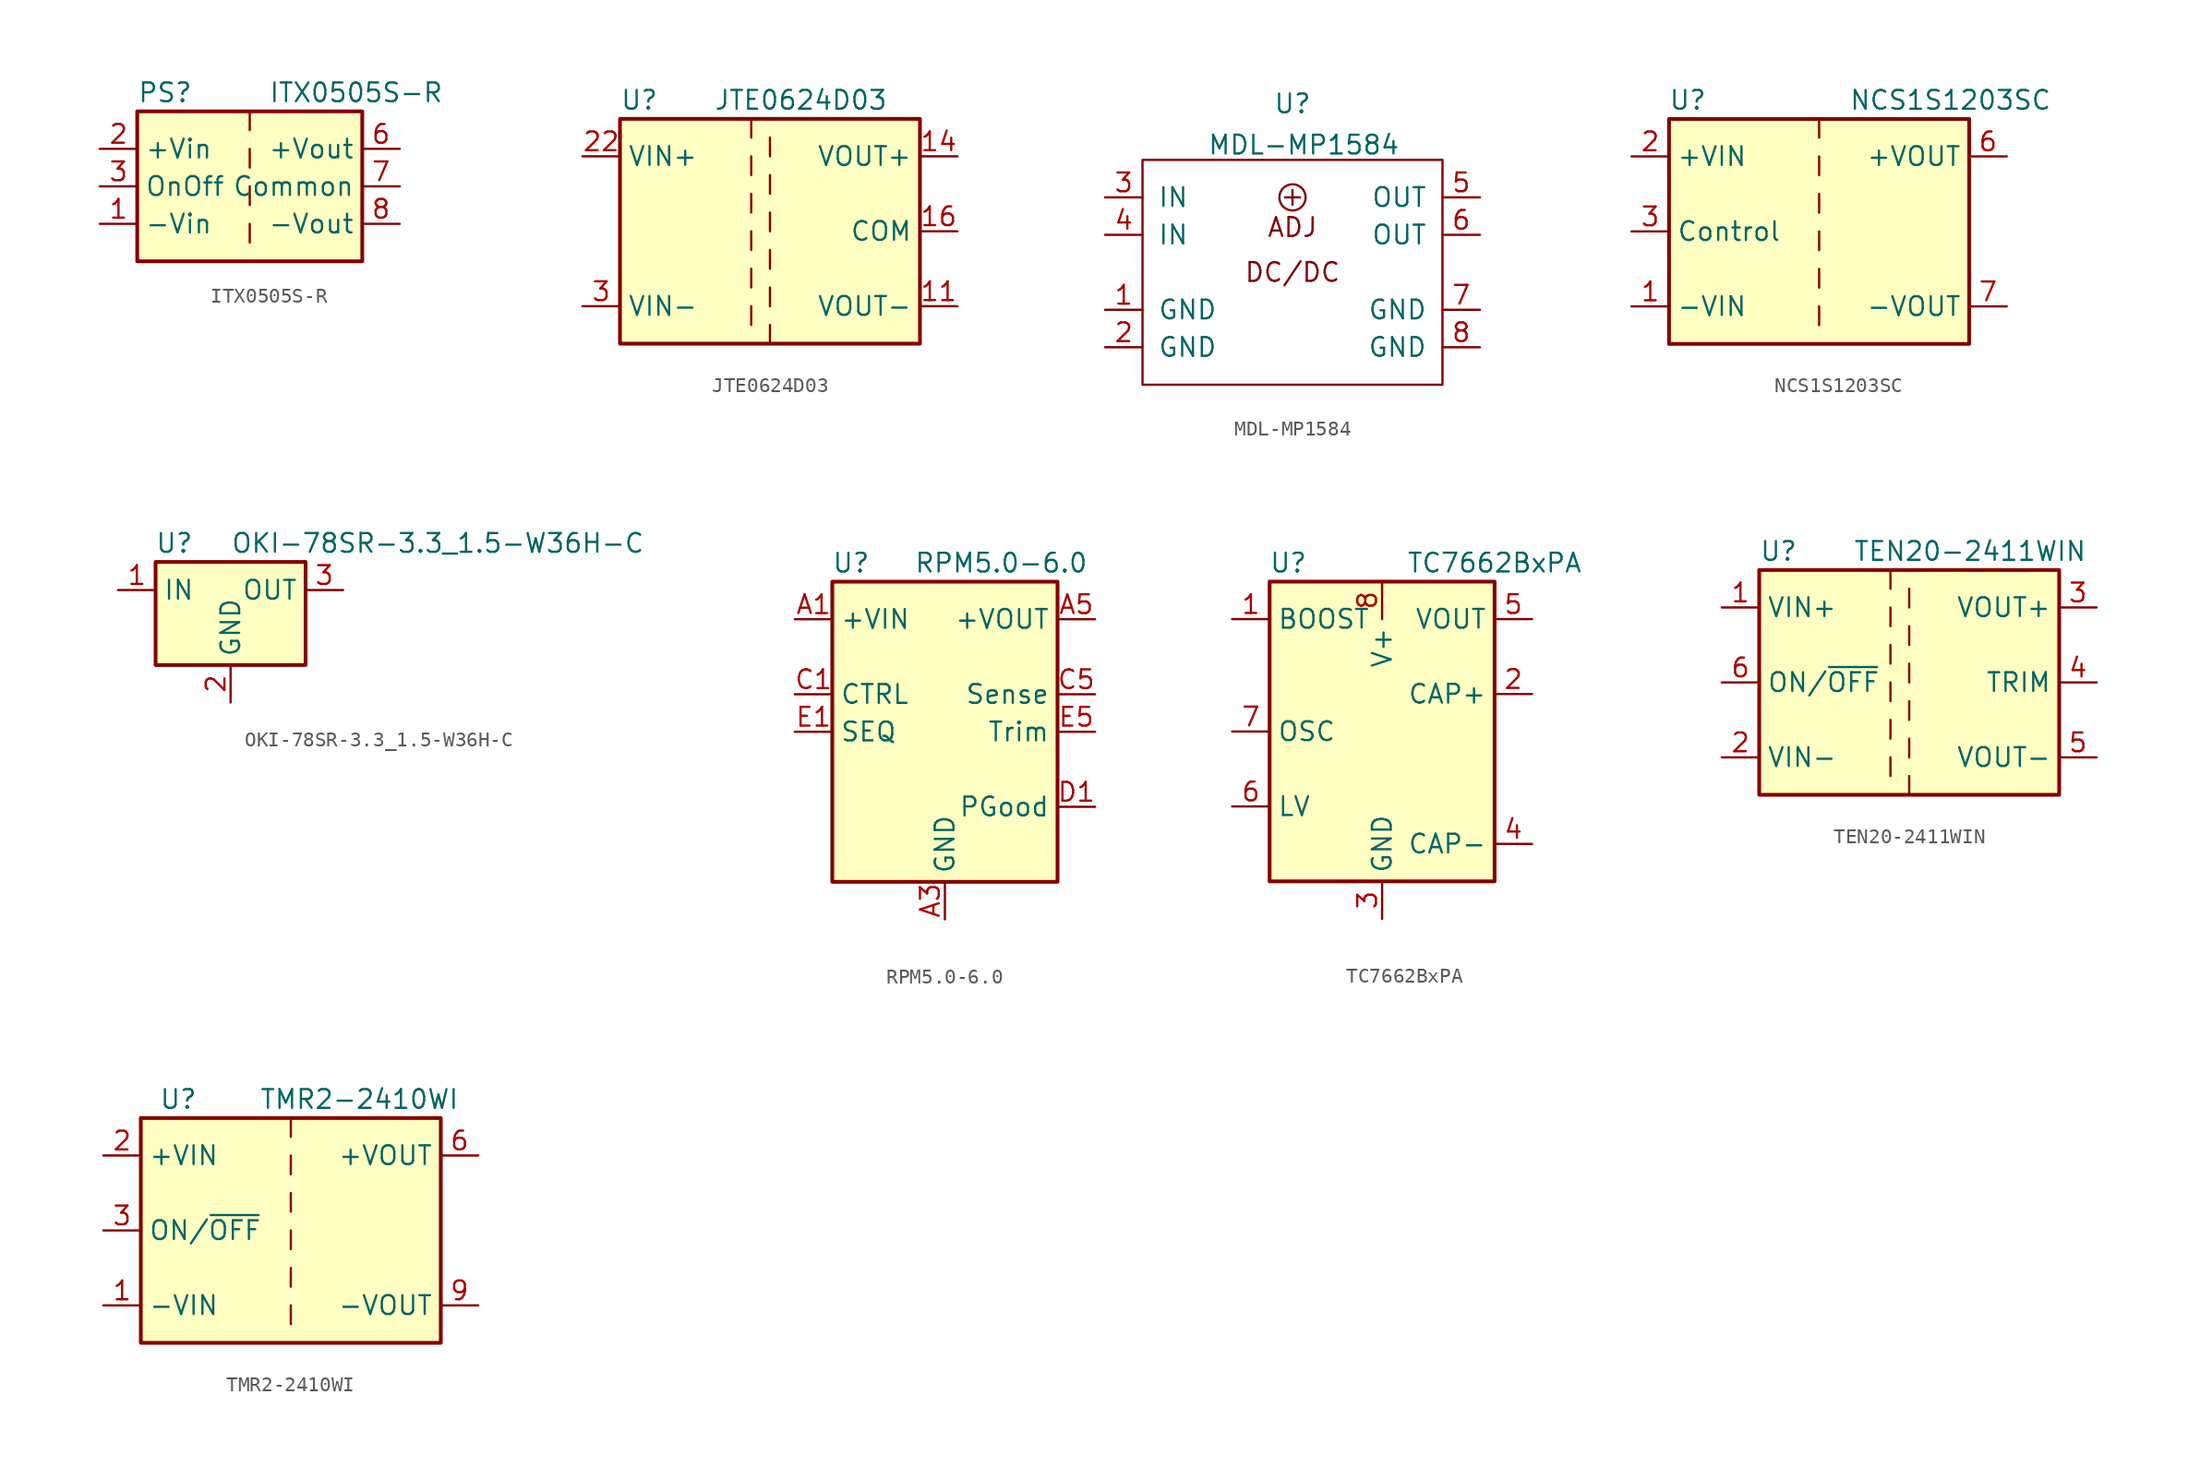
<source format=kicad_sym>
(kicad_symbol_lib
  (version 20201005)
  (generator kicad_symbol_editor)
  (symbol "ITX0505S-R"
    (property "Reference" "PS"
      (at -7.62 6.35 0)
      (effects (font (size 1.27 1.27)) (justify left)))
    (property "Value" "ITX0505S-R"
      (at 1.27 6.35 0)
      (effects (font (size 1.27 1.27)) (justify left)))
    (symbol "ITX0505S-R_0_0"
      (pin power_in line (at -10.16 -2.54 0) (length 2.54) (name "-Vin" (effects (font (size 1.27 1.27)))) (number "1" (effects (font (size 1.27 1.27)))))
      (pin power_in line (at -10.16 2.54 0) (length 2.54) (name "+Vin" (effects (font (size 1.27 1.27)))) (number "2" (effects (font (size 1.27 1.27)))))
      (pin input line (at -10.16 0 0) (length 2.54) (name "OnOff" (effects (font (size 1.27 1.27)))) (number "3" (effects (font (size 1.27 1.27)))))
      (pin no_connect line (at 0 5.08 270) (length 2.54) hide (name "NC" (effects (font (size 1.27 1.27)))) (number "5" (effects (font (size 1.27 1.27)))))
      (pin power_out line (at 10.16 2.54 180) (length 2.54) (name "+Vout" (effects (font (size 1.27 1.27)))) (number "6" (effects (font (size 1.27 1.27)))))
      (pin power_out line (at 10.16 0 180) (length 2.54) (name "Common" (effects (font (size 1.27 1.27)))) (number "7" (effects (font (size 1.27 1.27)))))
      (pin power_out line (at 10.16 -2.54 180) (length 2.54) (name "-Vout" (effects (font (size 1.27 1.27)))) (number "8" (effects (font (size 1.27 1.27))))))
    (symbol "ITX0505S-R_0_1"
      (rectangle (start -7.62 5.08) (end 7.62 -5.08) (stroke (width 0.254)) (fill (type background)))
      (polyline (pts (xy 0 -2.54) (xy 0 -3.81)) (stroke (width 0)) (fill (type none)))
      (polyline (pts (xy 0 0) (xy 0 -1.27)) (stroke (width 0)) (fill (type none)))
      (polyline (pts (xy 0 2.54) (xy 0 1.27)) (stroke (width 0)) (fill (type none)))
      (polyline (pts (xy 0 5.08) (xy 0 3.81)) (stroke (width 0)) (fill (type none)))))
  (symbol "JTE0624D03"
    (property "Reference" "U"
      (at -10.16 8.89 0)
      (effects (font (size 1.27 1.27)) (justify left)))
    (property "Value" "JTE0624D03"
      (at -3.81 8.89 0)
      (effects (font (size 1.27 1.27)) (justify left)))
    (symbol "JTE0624D03_0_1"
      (rectangle (start -10.16 7.62) (end 10.16 -7.62) (stroke (width 0.254)) (fill (type background)))
      (polyline (pts (xy -1.27 -5.08) (xy -1.27 -6.35)) (stroke (width 0)) (fill (type none)))
      (polyline (pts (xy -1.27 -2.54) (xy -1.27 -3.81)) (stroke (width 0)) (fill (type none)))
      (polyline (pts (xy -1.27 0) (xy -1.27 -1.27)) (stroke (width 0)) (fill (type none)))
      (polyline (pts (xy -1.27 2.54) (xy -1.27 1.27)) (stroke (width 0)) (fill (type none)))
      (polyline (pts (xy -1.27 5.08) (xy -1.27 3.81)) (stroke (width 0)) (fill (type none)))
      (polyline (pts (xy -1.27 7.62) (xy -1.27 6.35)) (stroke (width 0)) (fill (type none)))
      (polyline (pts (xy 0 -7.62) (xy 0 -6.35)) (stroke (width 0)) (fill (type none)))
      (polyline (pts (xy 0 -5.08) (xy 0 -3.81)) (stroke (width 0)) (fill (type none)))
      (polyline (pts (xy 0 -1.27) (xy 0 -2.54)) (stroke (width 0)) (fill (type none)))
      (polyline (pts (xy 0 0) (xy 0 1.27)) (stroke (width 0)) (fill (type none)))
      (polyline (pts (xy 0 2.54) (xy 0 3.81)) (stroke (width 0)) (fill (type none)))
      (polyline (pts (xy 0 5.08) (xy 0 6.35)) (stroke (width 0)) (fill (type none))))
    (symbol "JTE0624D03_1_1"
      (pin power_out line (at 12.7 -5.08 180) (length 2.54) (name "VOUT-" (effects (font (size 1.27 1.27)))) (number "11" (effects (font (size 1.27 1.27)))))
      (pin power_out line (at 12.7 5.08 180) (length 2.54) (name "VOUT+" (effects (font (size 1.27 1.27)))) (number "14" (effects (font (size 1.27 1.27)))))
      (pin power_out line (at 12.7 0 180) (length 2.54) (name "COM" (effects (font (size 1.27 1.27)))) (number "16" (effects (font (size 1.27 1.27)))))
      (pin passive line (at -12.7 -5.08 0) (length 2.54) hide (name "VIN-" (effects (font (size 1.27 1.27)))) (number "2" (effects (font (size 1.27 1.27)))))
      (pin power_in line (at -12.7 5.08 0) (length 2.54) (name "VIN+" (effects (font (size 1.27 1.27)))) (number "22" (effects (font (size 1.27 1.27)))))
      (pin passive line (at -12.7 5.08 0) (length 2.54) hide (name "VIN+" (effects (font (size 1.27 1.27)))) (number "23" (effects (font (size 1.27 1.27)))))
      (pin power_in line (at -12.7 -5.08 0) (length 2.54) (name "VIN-" (effects (font (size 1.27 1.27)))) (number "3" (effects (font (size 1.27 1.27)))))
      (pin passive line (at 12.7 0 180) (length 2.54) hide (name "COM" (effects (font (size 1.27 1.27)))) (number "9" (effects (font (size 1.27 1.27)))))))
  (symbol "MDL-MP1584"
    (pin_names
      (offset 1.016))
    (property "Reference" "U"
      (at 0 11.43 0)
      (effects (font (size 1.27 1.27))))
    (property "Value" "MDL-MP1584"
      (at 0.762 8.636 0)
      (effects (font (size 1.27 1.27))))
    (symbol "MDL-MP1584_0_0"
      (circle (center 0 5.08) (radius 0.889) (stroke (width 0)) (fill (type none)))
      (text "ADJ" (at 0 3.048 0) (effects (font (size 1.27 1.27))))
      (text "DC/DC" (at 0 0 0) (effects (font (size 1.27 1.27))))
      (polyline (pts (xy -0.508 5.08) (xy 0.508 5.08)) (stroke (width 0)) (fill (type none)))
      (polyline (pts (xy 0 5.588) (xy 0 4.572)) (stroke (width 0)) (fill (type none))))
    (symbol "MDL-MP1584_0_1"
      (rectangle (start -10.16 7.62) (end 10.16 -7.62) (stroke (width 0)) (fill (type none))))
    (symbol "MDL-MP1584_1_1"
      (pin input line (at -12.7 -2.54 0) (length 2.54) (name "GND" (effects (font (size 1.27 1.27)))) (number "1" (effects (font (size 1.27 1.27)))))
      (pin input line (at -12.7 -5.08 0) (length 2.54) (name "GND" (effects (font (size 1.27 1.27)))) (number "2" (effects (font (size 1.27 1.27)))))
      (pin input line (at -12.7 5.08 0) (length 2.54) (name "IN" (effects (font (size 1.27 1.27)))) (number "3" (effects (font (size 1.27 1.27)))))
      (pin input line (at -12.7 2.54 0) (length 2.54) (name "IN" (effects (font (size 1.27 1.27)))) (number "4" (effects (font (size 1.27 1.27)))))
      (pin input line (at 12.7 5.08 180) (length 2.54) (name "OUT" (effects (font (size 1.27 1.27)))) (number "5" (effects (font (size 1.27 1.27)))))
      (pin input line (at 12.7 2.54 180) (length 2.54) (name "OUT" (effects (font (size 1.27 1.27)))) (number "6" (effects (font (size 1.27 1.27)))))
      (pin input line (at 12.7 -2.54 180) (length 2.54) (name "GND" (effects (font (size 1.27 1.27)))) (number "7" (effects (font (size 1.27 1.27)))))
      (pin input line (at 12.7 -5.08 180) (length 2.54) (name "GND" (effects (font (size 1.27 1.27)))) (number "8" (effects (font (size 1.27 1.27)))))))
  (symbol "NCS1S1203SC"
    (property "Reference" "U"
      (at -8.89 8.89 0)
      (effects (font (size 1.27 1.27))))
    (property "Value" "NCS1S1203SC"
      (at 8.89 8.89 0)
      (effects (font (size 1.27 1.27))))
    (symbol "NCS1S1203SC_0_1"
      (rectangle (start -10.16 7.62) (end 10.16 -7.62) (stroke (width 0.254)) (fill (type background)))
      (polyline (pts (xy 0 -5.08) (xy 0 -6.35)) (stroke (width 0)) (fill (type none)))
      (polyline (pts (xy 0 -2.54) (xy 0 -3.81)) (stroke (width 0)) (fill (type none)))
      (polyline (pts (xy 0 0) (xy 0 -1.27)) (stroke (width 0)) (fill (type none)))
      (polyline (pts (xy 0 2.54) (xy 0 1.27)) (stroke (width 0)) (fill (type none)))
      (polyline (pts (xy 0 5.08) (xy 0 3.81)) (stroke (width 0)) (fill (type none)))
      (polyline (pts (xy 0 7.62) (xy 0 6.35)) (stroke (width 0)) (fill (type none))))
    (symbol "NCS1S1203SC_1_1"
      (pin power_in line (at -12.7 -5.08 0) (length 2.54) (name "-VIN" (effects (font (size 1.27 1.27)))) (number "1" (effects (font (size 1.27 1.27)))))
      (pin power_in line (at -12.7 5.08 0) (length 2.54) (name "+VIN" (effects (font (size 1.27 1.27)))) (number "2" (effects (font (size 1.27 1.27)))))
      (pin input line (at -12.7 0 0) (length 2.54) (name "Control" (effects (font (size 1.27 1.27)))) (number "3" (effects (font (size 1.27 1.27)))))
      (pin power_out line (at 12.7 5.08 180) (length 2.54) (name "+VOUT" (effects (font (size 1.27 1.27)))) (number "6" (effects (font (size 1.27 1.27)))))
      (pin power_out line (at 12.7 -5.08 180) (length 2.54) (name "-VOUT" (effects (font (size 1.27 1.27)))) (number "7" (effects (font (size 1.27 1.27)))))))
  (symbol "OKI-78SR-3.3_1.5-W36H-C"
    (property "Reference" "U"
      (at -3.81 3.175 0)
      (effects (font (size 1.27 1.27))))
    (property "Value" "OKI-78SR-3.3_1.5-W36H-C"
      (at 0 3.175 0)
      (effects (font (size 1.27 1.27)) (justify left)))
    (symbol "OKI-78SR-3.3_1.5-W36H-C_0_1"
      (rectangle (start -5.08 1.905) (end 5.08 -5.08) (stroke (width 0.254)) (fill (type background))))
    (symbol "OKI-78SR-3.3_1.5-W36H-C_1_1"
      (pin power_in line (at -7.62 0 0) (length 2.54) (name "IN" (effects (font (size 1.27 1.27)))) (number "1" (effects (font (size 1.27 1.27)))))
      (pin power_in line (at 0 -7.62 90) (length 2.54) (name "GND" (effects (font (size 1.27 1.27)))) (number "2" (effects (font (size 1.27 1.27)))))
      (pin power_out line (at 7.62 0 180) (length 2.54) (name "OUT" (effects (font (size 1.27 1.27)))) (number "3" (effects (font (size 1.27 1.27)))))))
  (symbol "RPM5.0-6.0"
    (property "Reference" "U"
      (at -6.35 11.43 0)
      (effects (font (size 1.27 1.27))))
    (property "Value" "RPM5.0-6.0"
      (at 3.81 11.43 0)
      (effects (font (size 1.27 1.27))))
    (symbol "RPM5.0-6.0_0_1"
      (rectangle (start -7.62 10.16) (end 7.62 -10.16) (stroke (width 0.254)) (fill (type background))))
    (symbol "RPM5.0-6.0_1_1"
      (pin power_in line (at -10.16 7.62 0) (length 2.54) (name "+VIN" (effects (font (size 1.27 1.27)))) (number "A1" (effects (font (size 1.27 1.27)))))
      (pin passive line (at -10.16 7.62 0) (length 2.54) hide (name "+VIN" (effects (font (size 1.27 1.27)))) (number "A2" (effects (font (size 1.27 1.27)))))
      (pin power_in line (at 0 -12.7 90) (length 2.54) (name "GND" (effects (font (size 1.27 1.27)))) (number "A3" (effects (font (size 1.27 1.27)))))
      (pin passive line (at 0 -12.7 90) (length 2.54) hide (name "GND" (effects (font (size 1.27 1.27)))) (number "A4" (effects (font (size 1.27 1.27)))))
      (pin power_out line (at 10.16 7.62 180) (length 2.54) (name "+VOUT" (effects (font (size 1.27 1.27)))) (number "A5" (effects (font (size 1.27 1.27)))))
      (pin passive line (at 0 -12.7 90) (length 2.54) hide (name "GND" (effects (font (size 1.27 1.27)))) (number "B1" (effects (font (size 1.27 1.27)))))
      (pin passive line (at 0 -12.7 90) (length 2.54) hide (name "GND" (effects (font (size 1.27 1.27)))) (number "B2" (effects (font (size 1.27 1.27)))))
      (pin passive line (at 0 -12.7 90) (length 2.54) hide (name "GND" (effects (font (size 1.27 1.27)))) (number "B3" (effects (font (size 1.27 1.27)))))
      (pin passive line (at 0 -12.7 90) (length 2.54) hide (name "GND" (effects (font (size 1.27 1.27)))) (number "B4" (effects (font (size 1.27 1.27)))))
      (pin passive line (at 10.16 7.62 180) (length 2.54) hide (name "+VOUT" (effects (font (size 1.27 1.27)))) (number "B5" (effects (font (size 1.27 1.27)))))
      (pin input line (at -10.16 2.54 0) (length 2.54) (name "CTRL" (effects (font (size 1.27 1.27)))) (number "C1" (effects (font (size 1.27 1.27)))))
      (pin passive line (at 0 -12.7 90) (length 2.54) hide (name "GND" (effects (font (size 1.27 1.27)))) (number "C2" (effects (font (size 1.27 1.27)))))
      (pin passive line (at 0 -12.7 90) (length 2.54) hide (name "GND" (effects (font (size 1.27 1.27)))) (number "C3" (effects (font (size 1.27 1.27)))))
      (pin passive line (at 0 -12.7 90) (length 2.54) hide (name "GND" (effects (font (size 1.27 1.27)))) (number "C4" (effects (font (size 1.27 1.27)))))
      (pin input line (at 10.16 2.54 180) (length 2.54) (name "Sense" (effects (font (size 1.27 1.27)))) (number "C5" (effects (font (size 1.27 1.27)))))
      (pin output line (at 10.16 -5.08 180) (length 2.54) (name "PGood" (effects (font (size 1.27 1.27)))) (number "D1" (effects (font (size 1.27 1.27)))))
      (pin passive line (at 0 -12.7 90) (length 2.54) hide (name "GND" (effects (font (size 1.27 1.27)))) (number "D2" (effects (font (size 1.27 1.27)))))
      (pin passive line (at 0 -12.7 90) (length 2.54) hide (name "GND" (effects (font (size 1.27 1.27)))) (number "D3" (effects (font (size 1.27 1.27)))))
      (pin passive line (at 0 -12.7 90) (length 2.54) hide (name "GND" (effects (font (size 1.27 1.27)))) (number "D4" (effects (font (size 1.27 1.27)))))
      (pin passive line (at 0 -12.7 90) (length 2.54) hide (name "GND" (effects (font (size 1.27 1.27)))) (number "D5" (effects (font (size 1.27 1.27)))))
      (pin passive line (at -10.16 0 0) (length 2.54) (name "SEQ" (effects (font (size 1.27 1.27)))) (number "E1" (effects (font (size 1.27 1.27)))))
      (pin no_connect line (at -7.62 -5.08 0) (length 2.54) hide (name "NC" (effects (font (size 1.27 1.27)))) (number "E2" (effects (font (size 1.27 1.27)))))
      (pin passive line (at 0 -12.7 90) (length 2.54) hide (name "GND" (effects (font (size 1.27 1.27)))) (number "E3" (effects (font (size 1.27 1.27)))))
      (pin passive line (at 0 -12.7 90) (length 2.54) hide (name "GND" (effects (font (size 1.27 1.27)))) (number "E4" (effects (font (size 1.27 1.27)))))
      (pin input line (at 10.16 0 180) (length 2.54) (name "Trim" (effects (font (size 1.27 1.27)))) (number "E5" (effects (font (size 1.27 1.27)))))))
  (symbol "TC7662BxPA"
    (property "Reference" "U"
      (at -6.35 11.43 0)
      (effects (font (size 1.27 1.27))))
    (property "Value" "TC7662BxPA"
      (at 7.62 11.43 0)
      (effects (font (size 1.27 1.27))))
    (symbol "TC7662BxPA_0_1"
      (rectangle (start -7.62 10.16) (end 7.62 -10.16) (stroke (width 0.254)) (fill (type background))))
    (symbol "TC7662BxPA_1_1"
      (pin input line (at -10.16 7.62 0) (length 2.54) (name "BOOST" (effects (font (size 1.27 1.27)))) (number "1" (effects (font (size 1.27 1.27)))))
      (pin passive line (at 10.16 2.54 180) (length 2.54) (name "CAP+" (effects (font (size 1.27 1.27)))) (number "2" (effects (font (size 1.27 1.27)))))
      (pin power_in line (at 0 -12.7 90) (length 2.54) (name "GND" (effects (font (size 1.27 1.27)))) (number "3" (effects (font (size 1.27 1.27)))))
      (pin passive line (at 10.16 -7.62 180) (length 2.54) (name "CAP-" (effects (font (size 1.27 1.27)))) (number "4" (effects (font (size 1.27 1.27)))))
      (pin power_out line (at 10.16 7.62 180) (length 2.54) (name "VOUT" (effects (font (size 1.27 1.27)))) (number "5" (effects (font (size 1.27 1.27)))))
      (pin input line (at -10.16 -5.08 0) (length 2.54) (name "LV" (effects (font (size 1.27 1.27)))) (number "6" (effects (font (size 1.27 1.27)))))
      (pin passive line (at -10.16 0 0) (length 2.54) (name "OSC" (effects (font (size 1.27 1.27)))) (number "7" (effects (font (size 1.27 1.27)))))
      (pin power_in line (at 0 10.16 270) (length 2.54) (name "V+" (effects (font (size 1.27 1.27)))) (number "8" (effects (font (size 1.27 1.27)))))))
  (symbol "TEN20-2411WIN"
    (property "Reference" "U"
      (at -10.16 8.89 0)
      (effects (font (size 1.27 1.27)) (justify left)))
    (property "Value" "TEN20-2411WIN"
      (at -3.81 8.89 0)
      (effects (font (size 1.27 1.27)) (justify left)))
    (symbol "TEN20-2411WIN_0_1"
      (rectangle (start -10.16 7.62) (end 10.16 -7.62) (stroke (width 0.254)) (fill (type background)))
      (polyline (pts (xy -1.27 -5.08) (xy -1.27 -6.35)) (stroke (width 0)) (fill (type none)))
      (polyline (pts (xy -1.27 -2.54) (xy -1.27 -3.81)) (stroke (width 0)) (fill (type none)))
      (polyline (pts (xy -1.27 0) (xy -1.27 -1.27)) (stroke (width 0)) (fill (type none)))
      (polyline (pts (xy -1.27 2.54) (xy -1.27 1.27)) (stroke (width 0)) (fill (type none)))
      (polyline (pts (xy -1.27 5.08) (xy -1.27 3.81)) (stroke (width 0)) (fill (type none)))
      (polyline (pts (xy -1.27 7.62) (xy -1.27 6.35)) (stroke (width 0)) (fill (type none)))
      (polyline (pts (xy 0 -7.62) (xy 0 -6.35)) (stroke (width 0)) (fill (type none)))
      (polyline (pts (xy 0 -5.08) (xy 0 -3.81)) (stroke (width 0)) (fill (type none)))
      (polyline (pts (xy 0 -1.27) (xy 0 -2.54)) (stroke (width 0)) (fill (type none)))
      (polyline (pts (xy 0 0) (xy 0 1.27)) (stroke (width 0)) (fill (type none)))
      (polyline (pts (xy 0 2.54) (xy 0 3.81)) (stroke (width 0)) (fill (type none)))
      (polyline (pts (xy 0 5.08) (xy 0 6.35)) (stroke (width 0)) (fill (type none))))
    (symbol "TEN20-2411WIN_1_1"
      (pin power_in line (at -12.7 5.08 0) (length 2.54) (name "VIN+" (effects (font (size 1.27 1.27)))) (number "1" (effects (font (size 1.27 1.27)))))
      (pin power_in line (at -12.7 -5.08 0) (length 2.54) (name "VIN-" (effects (font (size 1.27 1.27)))) (number "2" (effects (font (size 1.27 1.27)))))
      (pin power_out line (at 12.7 5.08 180) (length 2.54) (name "VOUT+" (effects (font (size 1.27 1.27)))) (number "3" (effects (font (size 1.27 1.27)))))
      (pin passive line (at 12.7 0 180) (length 2.54) (name "TRIM" (effects (font (size 1.27 1.27)))) (number "4" (effects (font (size 1.27 1.27)))))
      (pin power_out line (at 12.7 -5.08 180) (length 2.54) (name "VOUT-" (effects (font (size 1.27 1.27)))) (number "5" (effects (font (size 1.27 1.27)))))
      (pin input line (at -12.7 0 0) (length 2.54) (name "ON/~OFF" (effects (font (size 1.27 1.27)))) (number "6" (effects (font (size 1.27 1.27)))))))
  (symbol "TMR2-2410WI"
    (property "Reference" "U"
      (at -7.62 8.89 0)
      (effects (font (size 1.27 1.27))))
    (property "Value" "TMR2-2410WI"
      (at 11.43 8.89 0)
      (effects (font (size 1.27 1.27)) (justify right)))
    (symbol "TMR2-2410WI_0_1"
      (rectangle (start -10.16 7.62) (end 10.16 -7.62) (stroke (width 0.254)) (fill (type background)))
      (polyline (pts (xy 0 -5.08) (xy 0 -6.35)) (stroke (width 0)) (fill (type none)))
      (polyline (pts (xy 0 -2.54) (xy 0 -3.81)) (stroke (width 0)) (fill (type none)))
      (polyline (pts (xy 0 0) (xy 0 -1.27)) (stroke (width 0)) (fill (type none)))
      (polyline (pts (xy 0 2.54) (xy 0 1.27)) (stroke (width 0)) (fill (type none)))
      (polyline (pts (xy 0 5.08) (xy 0 3.81)) (stroke (width 0)) (fill (type none)))
      (polyline (pts (xy 0 7.62) (xy 0 6.35)) (stroke (width 0)) (fill (type none))))
    (symbol "TMR2-2410WI_1_1"
      (pin power_in line (at -12.7 -5.08 0) (length 2.54) (name "-VIN" (effects (font (size 1.27 1.27)))) (number "1" (effects (font (size 1.27 1.27)))))
      (pin power_in line (at -12.7 5.08 0) (length 2.54) (name "+VIN" (effects (font (size 1.27 1.27)))) (number "2" (effects (font (size 1.27 1.27)))))
      (pin input line (at -12.7 0 0) (length 2.54) (name "ON/~OFF" (effects (font (size 1.27 1.27)))) (number "3" (effects (font (size 1.27 1.27)))))
      (pin power_out line (at 12.7 5.08 180) (length 2.54) (name "+VOUT" (effects (font (size 1.27 1.27)))) (number "6" (effects (font (size 1.27 1.27)))))
      (pin no_connect line (at 10.16 2.54 180) (length 2.54) hide (name "NC" (effects (font (size 1.27 1.27)))) (number "7" (effects (font (size 1.27 1.27)))))
      (pin no_connect line (at 10.16 0 180) (length 2.54) hide (name "NC" (effects (font (size 1.27 1.27)))) (number "8" (effects (font (size 1.27 1.27)))))
      (pin power_out line (at 12.7 -5.08 180) (length 2.54) (name "-VOUT" (effects (font (size 1.27 1.27)))) (number "9" (effects (font (size 1.27 1.27))))))))
</source>
